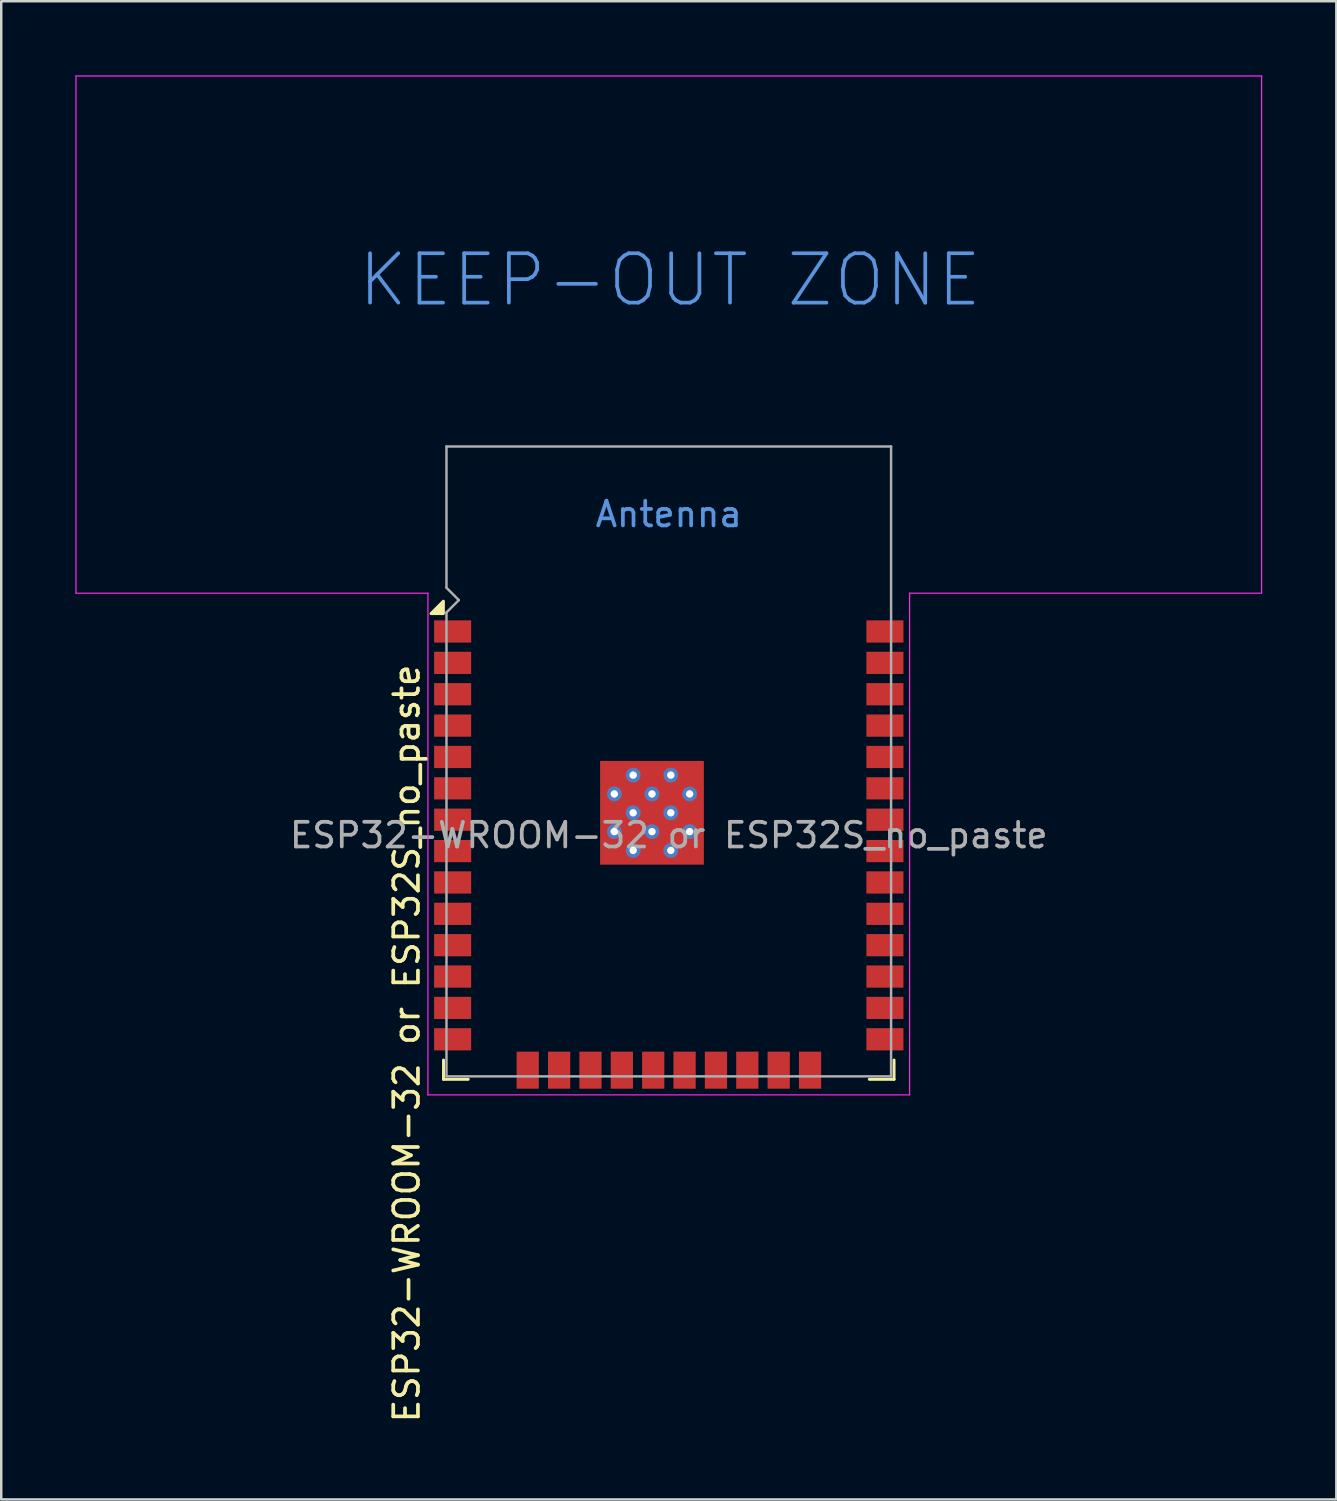
<source format=kicad_pcb>
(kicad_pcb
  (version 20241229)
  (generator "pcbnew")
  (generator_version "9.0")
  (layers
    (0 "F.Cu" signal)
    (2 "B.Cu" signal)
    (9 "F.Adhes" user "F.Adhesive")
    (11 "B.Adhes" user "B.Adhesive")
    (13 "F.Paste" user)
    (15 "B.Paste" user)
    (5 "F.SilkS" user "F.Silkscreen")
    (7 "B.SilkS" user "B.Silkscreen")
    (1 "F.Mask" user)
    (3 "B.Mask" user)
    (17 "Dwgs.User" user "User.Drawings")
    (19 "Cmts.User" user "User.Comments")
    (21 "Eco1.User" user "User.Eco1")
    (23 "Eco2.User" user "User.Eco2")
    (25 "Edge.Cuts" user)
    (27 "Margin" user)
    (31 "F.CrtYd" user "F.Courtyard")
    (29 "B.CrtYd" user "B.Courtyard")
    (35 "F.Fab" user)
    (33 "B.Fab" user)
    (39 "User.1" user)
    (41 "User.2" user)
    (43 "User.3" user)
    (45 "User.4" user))
  (footprint "ESP32-WROOM-32 or ESP32S_no_paste"
    (layer "F.Cu")
    (at 24.025 30.765)
    (property "Reference" "ESP32-WROOM-32 or ESP32S_no_paste" (at -10.61 8.43 90) (layer "F.SilkS") (effects (font (size 1 1) (thickness 0.15))))
    (attr smd)
    (fp_line (start -9.12 9.1) (end -9.12 9.88) (stroke (width 0.12) (type solid)) (layer "F.SilkS"))
    (fp_line (start -9.12 9.88) (end -8.12 9.88) (stroke (width 0.12) (type solid)) (layer "F.SilkS"))
    (fp_line (start 9.12 9.1) (end 9.12 9.88) (stroke (width 0.12) (type solid)) (layer "F.SilkS"))
    (fp_line (start 9.12 9.88) (end 8.12 9.88) (stroke (width 0.12) (type solid)) (layer "F.SilkS"))
    (fp_poly (pts (xy -9.125 -8.975) (xy -9.625 -8.975) (xy -9.125 -9.475) (xy -9.125 -8.975)) (stroke (width 0.12) (type solid)) (fill yes) (layer "F.SilkS"))
    (fp_line (start -24 -30.74) (end -24 -9.8) (stroke (width 0.05) (type solid)) (layer "F.CrtYd"))
    (fp_line (start -24 -9.8) (end -9.75 -9.8) (stroke (width 0.05) (type solid)) (layer "F.CrtYd"))
    (fp_line (start -9.75 10.51) (end -9.75 -9.8) (stroke (width 0.05) (type solid)) (layer "F.CrtYd"))
    (fp_line (start -9.75 10.51) (end 9.75 10.51) (stroke (width 0.05) (type solid)) (layer "F.CrtYd"))
    (fp_line (start 9.75 -9.8) (end 9.75 10.51) (stroke (width 0.05) (type solid)) (layer "F.CrtYd"))
    (fp_line (start 9.75 -9.8) (end 24 -9.8) (stroke (width 0.05) (type solid)) (layer "F.CrtYd"))
    (fp_line (start 24 -30.74) (end -24 -30.74) (stroke (width 0.05) (type solid)) (layer "F.CrtYd"))
    (fp_line (start 24 -9.8) (end 24 -30.74) (stroke (width 0.05) (type solid)) (layer "F.CrtYd"))
    (fp_line (start -9 -15.74) (end -9 -10.02) (stroke (width 0.1) (type solid)) (layer "F.Fab"))
    (fp_line (start -9 -15.74) (end 9 -15.74) (stroke (width 0.1) (type solid)) (layer "F.Fab"))
    (fp_line (start -9 -9.02) (end -9 9.76) (stroke (width 0.1) (type solid)) (layer "F.Fab"))
    (fp_line (start -9 -9.02) (end -8.5 -9.52) (stroke (width 0.1) (type solid)) (layer "F.Fab"))
    (fp_line (start -9 9.76) (end 9 9.76) (stroke (width 0.1) (type solid)) (layer "F.Fab"))
    (fp_line (start -8.5 -9.52) (end -9 -10.02) (stroke (width 0.1) (type solid)) (layer "F.Fab"))
    (fp_line (start 9 9.76) (end 9 -15.74) (stroke (width 0.1) (type solid)) (layer "F.Fab"))
    (fp_text user "KEEP-OUT ZONE" (at 0.05 -22.48 0) (layer "Cmts.User") (effects (font (size 2 2) (thickness 0.15))))
    (fp_text user "Antenna" (at 0 -13 0) (layer "Cmts.User") (effects (font (size 1 1) (thickness 0.15))))
    (fp_text user "${REFERENCE}" (at 0 0 0) (layer "F.Fab") (effects (font (size 1 1) (thickness 0.15))))
    (pad "1" smd rect (at -8.75 -8.25) (size 1.5 0.9) (layers "F.Cu" "F.Mask"))
    (pad "2" smd rect (at -8.75 -6.98) (size 1.5 0.9) (layers "F.Cu" "F.Mask"))
    (pad "3" smd rect (at -8.75 -5.71) (size 1.5 0.9) (layers "F.Cu" "F.Mask"))
    (pad "4" smd rect (at -8.75 -4.44) (size 1.5 0.9) (layers "F.Cu" "F.Mask"))
    (pad "5" smd rect (at -8.75 -3.17) (size 1.5 0.9) (layers "F.Cu" "F.Mask"))
    (pad "6" smd rect (at -8.75 -1.9) (size 1.5 0.9) (layers "F.Cu" "F.Mask"))
    (pad "7" smd rect (at -8.75 -0.63) (size 1.5 0.9) (layers "F.Cu" "F.Mask"))
    (pad "8" smd rect (at -8.75 0.64) (size 1.5 0.9) (layers "F.Cu" "F.Mask"))
    (pad "9" smd rect (at -8.75 1.91) (size 1.5 0.9) (layers "F.Cu" "F.Mask"))
    (pad "10" smd rect (at -8.75 3.18) (size 1.5 0.9) (layers "F.Cu" "F.Mask"))
    (pad "11" smd rect (at -8.75 4.45) (size 1.5 0.9) (layers "F.Cu" "F.Mask"))
    (pad "12" smd rect (at -8.75 5.72) (size 1.5 0.9) (layers "F.Cu" "F.Mask"))
    (pad "13" smd rect (at -8.75 6.99) (size 1.5 0.9) (layers "F.Cu" "F.Mask"))
    (pad "14" smd rect (at -8.75 8.26) (size 1.5 0.9) (layers "F.Cu" "F.Mask"))
    (pad "15" smd rect (at -5.71 9.51 90) (size 1.5 0.9) (layers "F.Cu" "F.Mask"))
    (pad "16" smd rect (at -4.44 9.51 90) (size 1.5 0.9) (layers "F.Cu" "F.Mask"))
    (pad "17" smd rect (at -3.17 9.51 90) (size 1.5 0.9) (layers "F.Cu" "F.Mask"))
    (pad "18" smd rect (at -1.9 9.51 90) (size 1.5 0.9) (layers "F.Cu" "F.Mask"))
    (pad "19" smd rect (at -0.63 9.51 90) (size 1.5 0.9) (layers "F.Cu" "F.Mask"))
    (pad "20" smd rect (at 0.64 9.51 90) (size 1.5 0.9) (layers "F.Cu" "F.Mask"))
    (pad "21" smd rect (at 1.91 9.51 90) (size 1.5 0.9) (layers "F.Cu" "F.Mask"))
    (pad "22" smd rect (at 3.18 9.51 90) (size 1.5 0.9) (layers "F.Cu" "F.Mask"))
    (pad "23" smd rect (at 4.45 9.51 90) (size 1.5 0.9) (layers "F.Cu" "F.Mask"))
    (pad "24" smd rect (at 5.72 9.51 90) (size 1.5 0.9) (layers "F.Cu" "F.Mask"))
    (pad "25" smd rect (at 8.75 8.26) (size 1.5 0.9) (layers "F.Cu" "F.Mask"))
    (pad "26" smd rect (at 8.75 6.99) (size 1.5 0.9) (layers "F.Cu" "F.Mask"))
    (pad "27" smd rect (at 8.75 5.72) (size 1.5 0.9) (layers "F.Cu" "F.Mask"))
    (pad "28" smd rect (at 8.75 4.45) (size 1.5 0.9) (layers "F.Cu" "F.Mask"))
    (pad "29" smd rect (at 8.75 3.18) (size 1.5 0.9) (layers "F.Cu" "F.Mask"))
    (pad "30" smd rect (at 8.75 1.91) (size 1.5 0.9) (layers "F.Cu" "F.Mask"))
    (pad "31" smd rect (at 8.75 0.64) (size 1.5 0.9) (layers "F.Cu" "F.Mask"))
    (pad "32" smd rect (at 8.75 -0.63) (size 1.5 0.9) (layers "F.Cu" "F.Mask"))
    (pad "33" smd rect (at 8.75 -1.9) (size 1.5 0.9) (layers "F.Cu" "F.Mask"))
    (pad "34" smd rect (at 8.75 -3.17) (size 1.5 0.9) (layers "F.Cu" "F.Mask"))
    (pad "35" smd rect (at 8.75 -4.44) (size 1.5 0.9) (layers "F.Cu" "F.Mask"))
    (pad "36" smd rect (at 8.75 -5.71) (size 1.5 0.9) (layers "F.Cu" "F.Mask"))
    (pad "37" smd rect (at 8.75 -6.98) (size 1.5 0.9) (layers "F.Cu" "F.Mask"))
    (pad "38" smd rect (at 8.75 -8.25) (size 1.5 0.9) (layers "F.Cu" "F.Mask"))
    (pad "39" smd rect (at -2.205 -2.435) (size 1.05 1.05) (layers "F.Cu"))
    (pad "39" thru_hole circle (at -2.205 -1.673) (size 0.6 0.6) (drill 0.3) (property pad_prop_heatsink) (layers "*.Cu" "F.Mask"))
    (pad "39" smd rect (at -2.205 -0.91) (size 1.05 1.05) (layers "F.Cu"))
    (pad "39" thru_hole circle (at -2.205 -0.147) (size 0.6 0.6) (drill 0.3) (property pad_prop_heatsink) (layers "*.Cu" "F.Mask"))
    (pad "39" smd rect (at -2.205 0.615) (size 1.05 1.05) (layers "F.Cu"))
    (pad "39" thru_hole circle (at -1.442 -2.435) (size 0.6 0.6) (drill 0.3) (property pad_prop_heatsink) (layers "*.Cu" "F.Mask"))
    (pad "39" thru_hole circle (at -1.442 -0.91) (size 0.6 0.6) (drill 0.3) (property pad_prop_heatsink) (layers "*.Cu" "F.Mask"))
    (pad "39" thru_hole circle (at -1.442 0.615) (size 0.6 0.6) (drill 0.3) (property pad_prop_heatsink) (layers "*.Cu" "F.Mask"))
    (pad "39" smd rect (at -0.68 -2.435) (size 1.05 1.05) (layers "F.Cu"))
    (pad "39" thru_hole circle (at -0.68 -1.673) (size 0.6 0.6) (drill 0.3) (property pad_prop_heatsink) (layers "*.Cu" "F.Mask"))
    (pad "39" smd rect (at -0.68 -0.91) (size 1.05 1.05) (layers "F.Cu"))
    (pad "39" smd rect (at -0.68 -0.91) (size 4.2 4.2) (property pad_prop_heatsink) (layers "F.Cu" "F.Mask"))
    (pad "39" thru_hole circle (at -0.68 -0.147) (size 0.6 0.6) (drill 0.3) (property pad_prop_heatsink) (layers "*.Cu" "F.Mask"))
    (pad "39" smd rect (at -0.68 0.615) (size 1.05 1.05) (layers "F.Cu"))
    (pad "39" thru_hole circle (at 0.083 -2.435) (size 0.6 0.6) (drill 0.3) (property pad_prop_heatsink) (layers "*.Cu" "F.Mask"))
    (pad "39" thru_hole circle (at 0.083 -0.91) (size 0.6 0.6) (drill 0.3) (property pad_prop_heatsink) (layers "*.Cu" "F.Mask"))
    (pad "39" thru_hole circle (at 0.083 0.615) (size 0.6 0.6) (drill 0.3) (property pad_prop_heatsink) (layers "*.Cu" "F.Mask"))
    (pad "39" smd rect (at 0.845 -2.435) (size 1.05 1.05) (layers "F.Cu"))
    (pad "39" thru_hole circle (at 0.845 -1.673) (size 0.6 0.6) (drill 0.3) (property pad_prop_heatsink) (layers "*.Cu" "F.Mask"))
    (pad "39" smd rect (at 0.845 -0.91) (size 1.05 1.05) (layers "F.Cu"))
    (pad "39" thru_hole circle (at 0.845 -0.147) (size 0.6 0.6) (drill 0.3) (property pad_prop_heatsink) (layers "*.Cu" "F.Mask"))
    (pad "39" smd rect (at 0.845 0.615) (size 1.05 1.05) (layers "F.Cu"))
    (zone (net_name "") (layers "F.Cu" "B.Cu") (hatch full 0.508) (connect_pads) (min_thickness 0.254) (filled_areas_thickness no) (keepout (tracks not_allowed) (vias not_allowed) (pads not_allowed) (copperpour not_allowed) (footprints not_allowed)) (placement (enabled no)) (fill) (polygon (pts (xy 0.025 20.965) (xy 48.025 20.965) (xy 48.025 0.025) (xy 0.025 0.025)))))
  (gr_rect
    (start -3 -3)
    (end 51.05 57.653)
    (stroke (width 0.1) (type default))
    (fill no)
    (layer "Edge.Cuts")))
</source>
